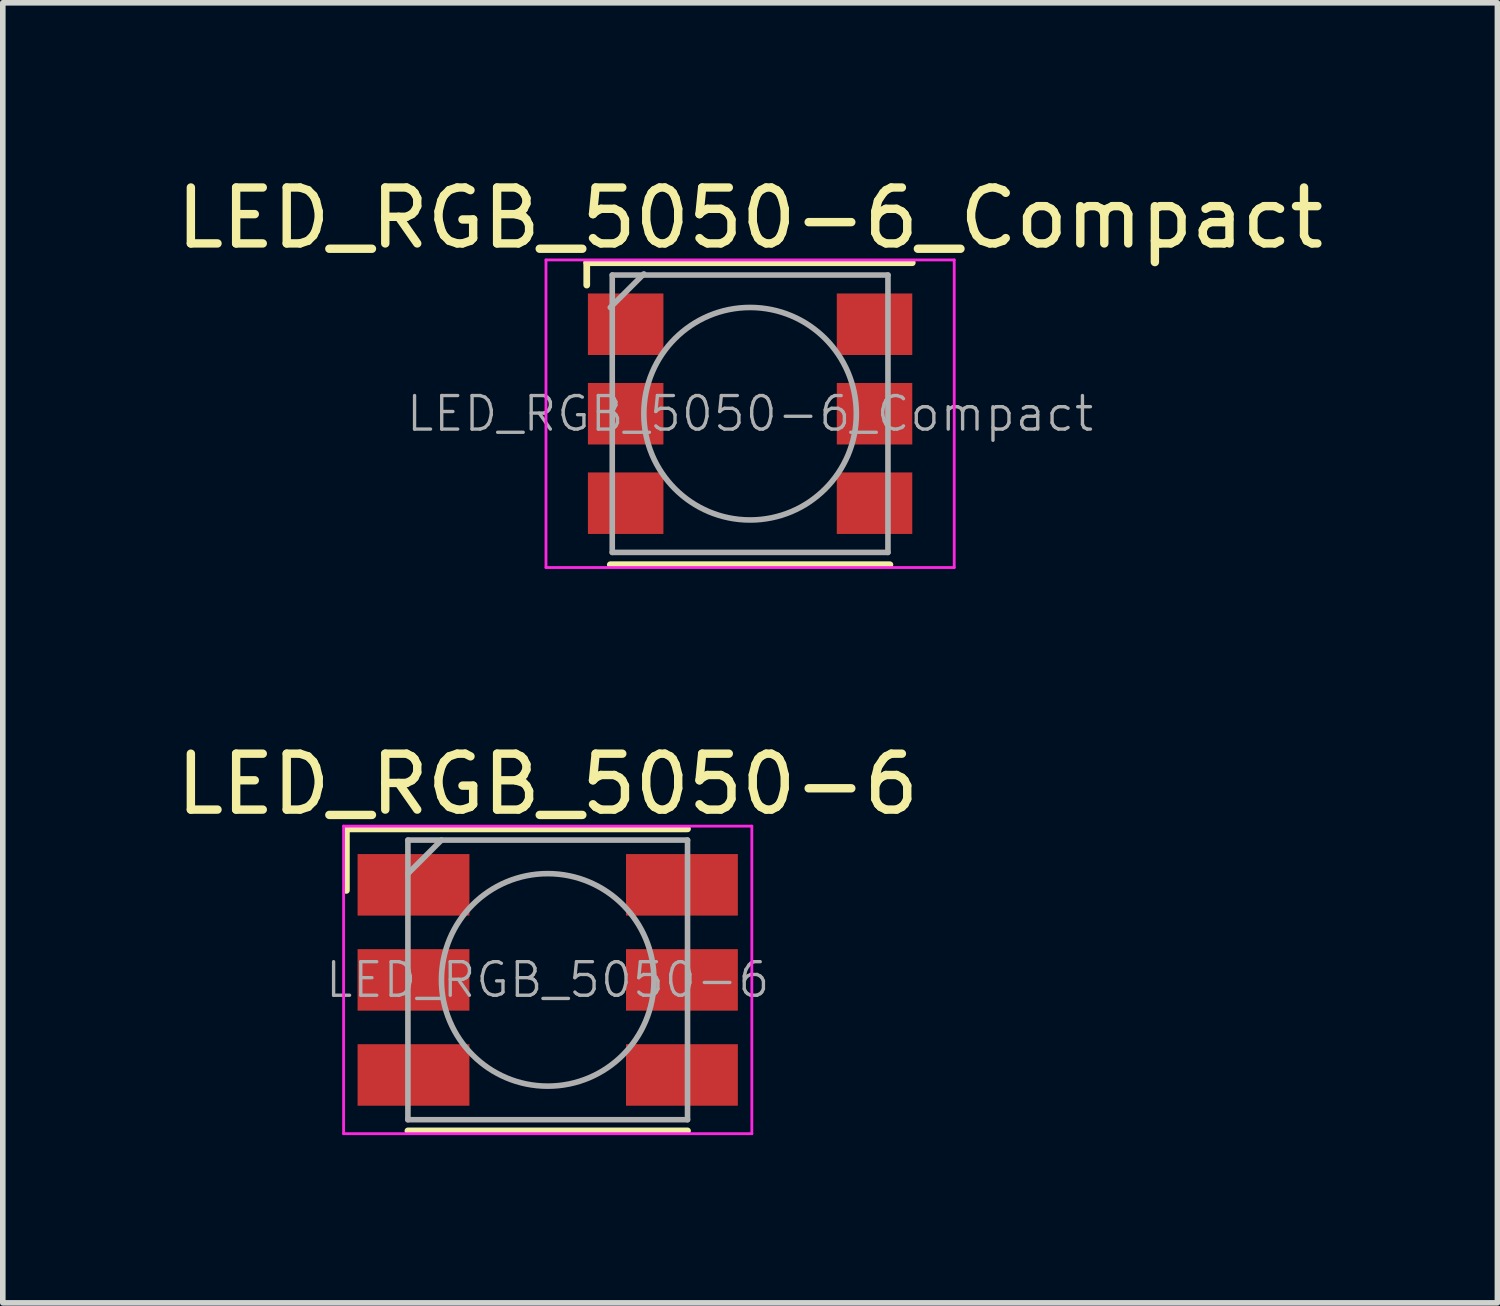
<source format=kicad_pcb>
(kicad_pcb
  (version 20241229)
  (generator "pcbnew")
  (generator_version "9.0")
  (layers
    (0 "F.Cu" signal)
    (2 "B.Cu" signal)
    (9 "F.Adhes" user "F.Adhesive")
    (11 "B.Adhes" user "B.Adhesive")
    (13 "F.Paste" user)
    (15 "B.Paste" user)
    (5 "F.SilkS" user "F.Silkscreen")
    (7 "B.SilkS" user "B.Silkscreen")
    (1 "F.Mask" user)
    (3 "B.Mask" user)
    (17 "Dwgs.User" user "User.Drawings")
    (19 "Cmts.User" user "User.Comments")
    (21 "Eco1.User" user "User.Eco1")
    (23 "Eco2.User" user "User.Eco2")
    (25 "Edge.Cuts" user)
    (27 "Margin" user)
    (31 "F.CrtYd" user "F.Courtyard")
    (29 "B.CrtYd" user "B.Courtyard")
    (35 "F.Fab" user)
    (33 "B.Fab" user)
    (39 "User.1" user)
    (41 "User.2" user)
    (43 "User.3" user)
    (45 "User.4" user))
  (footprint "LED_RGB_5050-6"
    (layer "F.Cu")
    (at 6.744 14.472)
    (property "Reference" "LED_RGB_5050-6" (at 0 -3.5 180) (layer "F.SilkS") (effects (font (size 1 1) (thickness 0.15))))
    (attr smd)
    (fp_line (start -3.6 -2.7) (end 2.5 -2.7) (stroke (width 0.12) (type solid)) (layer "F.SilkS"))
    (fp_line (start -3.6 -1.6) (end -3.6 -2.7) (stroke (width 0.12) (type solid)) (layer "F.SilkS"))
    (fp_line (start 2.5 2.7) (end -2.5 2.7) (stroke (width 0.12) (type solid)) (layer "F.SilkS"))
    (fp_line (start -3.65 -2.75) (end -3.65 2.75) (stroke (width 0.05) (type solid)) (layer "F.CrtYd"))
    (fp_line (start -3.65 2.75) (end 3.65 2.75) (stroke (width 0.05) (type solid)) (layer "F.CrtYd"))
    (fp_line (start 3.65 -2.75) (end -3.65 -2.75) (stroke (width 0.05) (type solid)) (layer "F.CrtYd"))
    (fp_line (start 3.65 2.75) (end 3.65 -2.75) (stroke (width 0.05) (type solid)) (layer "F.CrtYd"))
    (fp_line (start -2.5 -2.5) (end -2.5 2.5) (stroke (width 0.1) (type solid)) (layer "F.Fab"))
    (fp_line (start -2.5 -1.9) (end -1.9 -2.5) (stroke (width 0.1) (type solid)) (layer "F.Fab"))
    (fp_line (start -2.5 2.5) (end 2.5 2.5) (stroke (width 0.1) (type solid)) (layer "F.Fab"))
    (fp_line (start 2.5 -2.5) (end -2.5 -2.5) (stroke (width 0.1) (type solid)) (layer "F.Fab"))
    (fp_line (start 2.5 2.5) (end 2.5 -2.5) (stroke (width 0.1) (type solid)) (layer "F.Fab"))
    (fp_circle (center 0 0) (end 0 -1.9) (stroke (width 0.1) (type solid)) (fill no) (layer "F.Fab"))
    (fp_text user "${REFERENCE}" (at 0 0 0) (layer "F.Fab") (effects (font (size 0.6 0.6) (thickness 0.06))))
    (pad "1" smd rect (at -2.4 -1.7 90) (size 1.1 2) (layers "F.Cu" "F.Mask" "F.Paste"))
    (pad "2" smd rect (at -2.4 0 90) (size 1.1 2) (layers "F.Cu" "F.Mask" "F.Paste"))
    (pad "3" smd rect (at -2.4 1.7 90) (size 1.1 2) (layers "F.Cu" "F.Mask" "F.Paste"))
    (pad "4" smd rect (at 2.4 1.7 90) (size 1.1 2) (layers "F.Cu" "F.Mask" "F.Paste"))
    (pad "5" smd rect (at 2.4 0 90) (size 1.1 2) (layers "F.Cu" "F.Mask" "F.Paste"))
    (pad "6" smd rect (at 2.4 -1.7 90) (size 1.1 2) (layers "F.Cu" "F.Mask" "F.Paste")))
  (footprint "LED_RGB_5050-6_Compact"
    (layer "F.Cu")
    (at 10.363 4.348)
    (property "Reference" "LED_RGB_5050-6_Compact" (at 0 -3.5 0) (layer "F.SilkS") (effects (font (size 1 1) (thickness 0.15))))
    (attr smd)
    (fp_line (start -2.921 -2.7) (end 2.9 -2.7) (stroke (width 0.12) (type solid)) (layer "F.SilkS"))
    (fp_line (start -2.921 -2.3) (end -2.921 -2.7) (stroke (width 0.12) (type solid)) (layer "F.SilkS"))
    (fp_line (start 2.5 2.7) (end -2.5 2.7) (stroke (width 0.12) (type solid)) (layer "F.SilkS"))
    (fp_line (start -3.65 -2.75) (end -3.65 2.75) (stroke (width 0.05) (type solid)) (layer "F.CrtYd"))
    (fp_line (start -3.65 2.75) (end 3.65 2.75) (stroke (width 0.05) (type solid)) (layer "F.CrtYd"))
    (fp_line (start 3.65 -2.75) (end -3.65 -2.75) (stroke (width 0.05) (type solid)) (layer "F.CrtYd"))
    (fp_line (start 3.65 2.75) (end 3.65 -2.75) (stroke (width 0.05) (type solid)) (layer "F.CrtYd"))
    (fp_line (start -2.5 -1.9) (end -1.9 -2.5) (stroke (width 0.1) (type solid)) (layer "F.Fab"))
    (fp_line (start -2.465 -2.48) (end -2.465 2.48) (stroke (width 0.1) (type solid)) (layer "F.Fab"))
    (fp_line (start -2.465 2.48) (end 2.465 2.48) (stroke (width 0.1) (type solid)) (layer "F.Fab"))
    (fp_line (start 2.465 -2.48) (end -2.465 -2.48) (stroke (width 0.1) (type solid)) (layer "F.Fab"))
    (fp_line (start 2.465 2.48) (end 2.465 -2.48) (stroke (width 0.1) (type solid)) (layer "F.Fab"))
    (fp_circle (center 0 0) (end 0 -1.9) (stroke (width 0.1) (type solid)) (fill no) (layer "F.Fab"))
    (fp_text user "${REFERENCE}" (at 0 0 0) (layer "F.Fab") (effects (font (size 0.6 0.6) (thickness 0.06))))
    (pad "1" smd rect (at -2.225 -1.6) (size 1.35 1.1) (layers "F.Cu" "F.Mask" "F.Paste"))
    (pad "2" smd rect (at -2.225 0) (size 1.35 1.1) (layers "F.Cu" "F.Mask" "F.Paste"))
    (pad "3" smd rect (at -2.225 1.6) (size 1.35 1.1) (layers "F.Cu" "F.Mask" "F.Paste"))
    (pad "4" smd rect (at 2.225 1.6) (size 1.35 1.1) (layers "F.Cu" "F.Mask" "F.Paste"))
    (pad "5" smd rect (at 2.225 0) (size 1.35 1.1) (layers "F.Cu" "F.Mask" "F.Paste"))
    (pad "6" smd rect (at 2.225 -1.6) (size 1.35 1.1) (layers "F.Cu" "F.Mask" "F.Paste")))
  (gr_rect
    (start -3 -3)
    (end 23.726 20.247)
    (stroke (width 0.1) (type default))
    (fill no)
    (layer "Edge.Cuts")))
</source>
